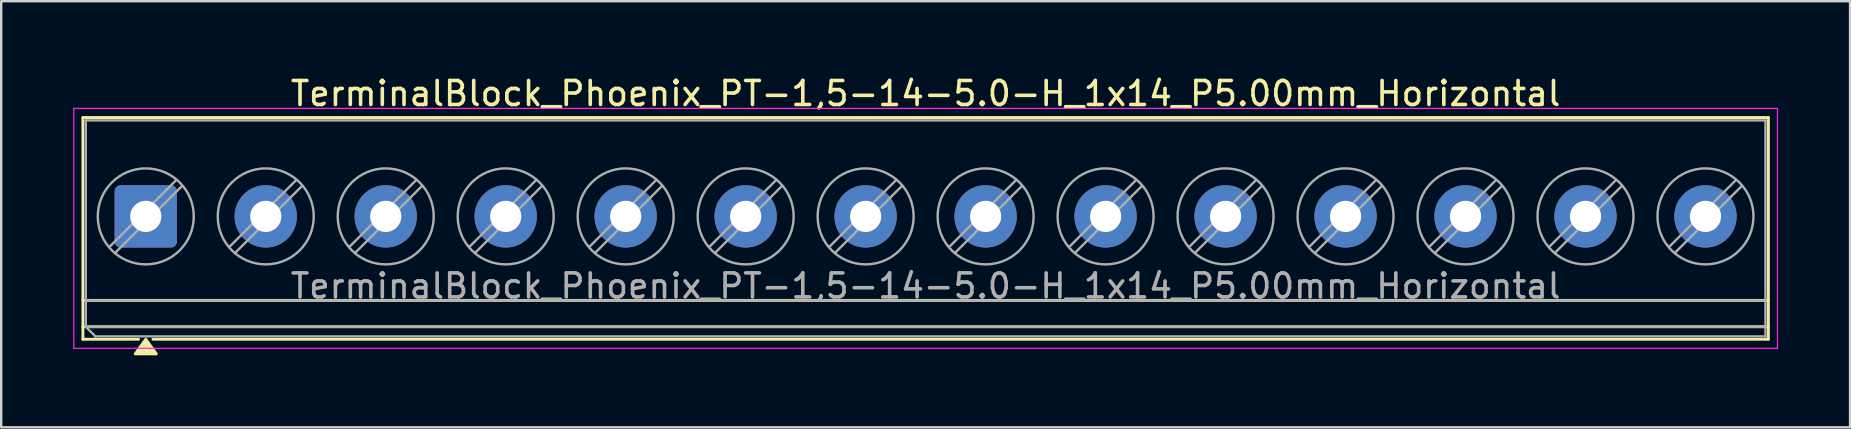
<source format=kicad_pcb>
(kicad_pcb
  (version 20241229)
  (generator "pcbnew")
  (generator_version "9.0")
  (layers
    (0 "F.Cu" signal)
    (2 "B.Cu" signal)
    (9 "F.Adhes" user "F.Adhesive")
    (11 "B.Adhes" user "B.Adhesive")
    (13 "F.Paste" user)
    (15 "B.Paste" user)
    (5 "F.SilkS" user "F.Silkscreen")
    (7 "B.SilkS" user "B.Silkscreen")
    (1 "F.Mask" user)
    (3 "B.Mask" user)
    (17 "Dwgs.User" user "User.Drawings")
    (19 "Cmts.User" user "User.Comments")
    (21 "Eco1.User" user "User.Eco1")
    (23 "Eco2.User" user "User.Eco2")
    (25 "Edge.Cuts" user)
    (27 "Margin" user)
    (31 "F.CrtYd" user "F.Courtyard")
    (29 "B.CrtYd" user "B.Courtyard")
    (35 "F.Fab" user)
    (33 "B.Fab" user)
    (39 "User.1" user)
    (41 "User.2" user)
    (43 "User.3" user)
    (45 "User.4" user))
  (footprint "TerminalBlock_Phoenix_PT-1,5-14-5.0-H_1x14_P5.00mm_Horizontal"
    (layer "F.Cu")
    (at 3.025 5.968)
    (property "Reference" "TerminalBlock_Phoenix_PT-1,5-14-5.0-H_1x14_P5.00mm_Horizontal" (at 32.5 -5.12 0) (layer "F.SilkS") (effects (font (size 1 1) (thickness 0.15))))
    (attr through_hole)
    (fp_line (start -2.62 -4.12) (end -2.62 5.12) (stroke (width 0.12) (type solid)) (layer "F.SilkS"))
    (fp_line (start -2.62 -4.12) (end 67.62 -4.12) (stroke (width 0.12) (type solid)) (layer "F.SilkS"))
    (fp_line (start -2.62 3.5) (end 67.62 3.5) (stroke (width 0.12) (type solid)) (layer "F.SilkS"))
    (fp_line (start -2.62 4.6) (end 67.62 4.6) (stroke (width 0.12) (type solid)) (layer "F.SilkS"))
    (fp_line (start -2.62 5.12) (end -0.3 5.12) (stroke (width 0.12) (type solid)) (layer "F.SilkS"))
    (fp_line (start 0.3 5.12) (end 67.62 5.12) (stroke (width 0.12) (type solid)) (layer "F.SilkS"))
    (fp_line (start 67.62 -4.12) (end 67.62 5.12) (stroke (width 0.12) (type solid)) (layer "F.SilkS"))
    (fp_poly (pts (xy 0 5.12) (xy 0.44 5.73) (xy -0.44 5.73)) (stroke (width 0.12) (type solid)) (fill yes) (layer "F.SilkS"))
    (fp_line (start -3 -4.5) (end -3 5.5) (stroke (width 0.05) (type solid)) (layer "F.CrtYd"))
    (fp_line (start -3 5.5) (end 68 5.5) (stroke (width 0.05) (type solid)) (layer "F.CrtYd"))
    (fp_line (start 68 -4.5) (end -3 -4.5) (stroke (width 0.05) (type solid)) (layer "F.CrtYd"))
    (fp_line (start 68 5.5) (end 68 -4.5) (stroke (width 0.05) (type solid)) (layer "F.CrtYd"))
    (fp_line (start -2.5 -4) (end 67.5 -4) (stroke (width 0.1) (type solid)) (layer "F.Fab"))
    (fp_line (start -2.5 3.5) (end 67.5 3.5) (stroke (width 0.1) (type solid)) (layer "F.Fab"))
    (fp_line (start -2.5 4.6) (end -2.5 -4) (stroke (width 0.1) (type solid)) (layer "F.Fab"))
    (fp_line (start -2.5 4.6) (end 67.5 4.6) (stroke (width 0.1) (type solid)) (layer "F.Fab"))
    (fp_line (start -2.1 5) (end -2.5 4.6) (stroke (width 0.1) (type solid)) (layer "F.Fab"))
    (fp_line (start 1.273 -1.517) (end -1.517 1.273) (stroke (width 0.1) (type solid)) (layer "F.Fab"))
    (fp_line (start 1.517 -1.273) (end -1.273 1.517) (stroke (width 0.1) (type solid)) (layer "F.Fab"))
    (fp_line (start 6.273 -1.517) (end 3.483 1.273) (stroke (width 0.1) (type solid)) (layer "F.Fab"))
    (fp_line (start 6.517 -1.273) (end 3.727 1.517) (stroke (width 0.1) (type solid)) (layer "F.Fab"))
    (fp_line (start 11.273 -1.517) (end 8.483 1.273) (stroke (width 0.1) (type solid)) (layer "F.Fab"))
    (fp_line (start 11.517 -1.273) (end 8.727 1.517) (stroke (width 0.1) (type solid)) (layer "F.Fab"))
    (fp_line (start 16.273 -1.517) (end 13.483 1.273) (stroke (width 0.1) (type solid)) (layer "F.Fab"))
    (fp_line (start 16.517 -1.273) (end 13.727 1.517) (stroke (width 0.1) (type solid)) (layer "F.Fab"))
    (fp_line (start 21.273 -1.517) (end 18.483 1.273) (stroke (width 0.1) (type solid)) (layer "F.Fab"))
    (fp_line (start 21.517 -1.273) (end 18.727 1.517) (stroke (width 0.1) (type solid)) (layer "F.Fab"))
    (fp_line (start 26.273 -1.517) (end 23.483 1.273) (stroke (width 0.1) (type solid)) (layer "F.Fab"))
    (fp_line (start 26.517 -1.273) (end 23.727 1.517) (stroke (width 0.1) (type solid)) (layer "F.Fab"))
    (fp_line (start 31.273 -1.517) (end 28.483 1.273) (stroke (width 0.1) (type solid)) (layer "F.Fab"))
    (fp_line (start 31.517 -1.273) (end 28.727 1.517) (stroke (width 0.1) (type solid)) (layer "F.Fab"))
    (fp_line (start 36.273 -1.517) (end 33.483 1.273) (stroke (width 0.1) (type solid)) (layer "F.Fab"))
    (fp_line (start 36.517 -1.273) (end 33.727 1.517) (stroke (width 0.1) (type solid)) (layer "F.Fab"))
    (fp_line (start 41.273 -1.517) (end 38.483 1.273) (stroke (width 0.1) (type solid)) (layer "F.Fab"))
    (fp_line (start 41.517 -1.273) (end 38.727 1.517) (stroke (width 0.1) (type solid)) (layer "F.Fab"))
    (fp_line (start 46.273 -1.517) (end 43.483 1.273) (stroke (width 0.1) (type solid)) (layer "F.Fab"))
    (fp_line (start 46.517 -1.273) (end 43.727 1.517) (stroke (width 0.1) (type solid)) (layer "F.Fab"))
    (fp_line (start 51.273 -1.517) (end 48.483 1.273) (stroke (width 0.1) (type solid)) (layer "F.Fab"))
    (fp_line (start 51.517 -1.273) (end 48.727 1.517) (stroke (width 0.1) (type solid)) (layer "F.Fab"))
    (fp_line (start 56.273 -1.517) (end 53.483 1.273) (stroke (width 0.1) (type solid)) (layer "F.Fab"))
    (fp_line (start 56.517 -1.273) (end 53.727 1.517) (stroke (width 0.1) (type solid)) (layer "F.Fab"))
    (fp_line (start 61.273 -1.517) (end 58.483 1.273) (stroke (width 0.1) (type solid)) (layer "F.Fab"))
    (fp_line (start 61.517 -1.273) (end 58.727 1.517) (stroke (width 0.1) (type solid)) (layer "F.Fab"))
    (fp_line (start 66.273 -1.517) (end 63.483 1.273) (stroke (width 0.1) (type solid)) (layer "F.Fab"))
    (fp_line (start 66.517 -1.273) (end 63.727 1.517) (stroke (width 0.1) (type solid)) (layer "F.Fab"))
    (fp_line (start 67.5 -4) (end 67.5 5) (stroke (width 0.1) (type solid)) (layer "F.Fab"))
    (fp_line (start 67.5 5) (end -2.1 5) (stroke (width 0.1) (type solid)) (layer "F.Fab"))
    (fp_circle (center 0 0) (end 2 0) (stroke (width 0.1) (type solid)) (fill no) (layer "F.Fab"))
    (fp_circle (center 5 0) (end 7 0) (stroke (width 0.1) (type solid)) (fill no) (layer "F.Fab"))
    (fp_circle (center 10 0) (end 12 0) (stroke (width 0.1) (type solid)) (fill no) (layer "F.Fab"))
    (fp_circle (center 15 0) (end 17 0) (stroke (width 0.1) (type solid)) (fill no) (layer "F.Fab"))
    (fp_circle (center 20 0) (end 22 0) (stroke (width 0.1) (type solid)) (fill no) (layer "F.Fab"))
    (fp_circle (center 25 0) (end 27 0) (stroke (width 0.1) (type solid)) (fill no) (layer "F.Fab"))
    (fp_circle (center 30 0) (end 32 0) (stroke (width 0.1) (type solid)) (fill no) (layer "F.Fab"))
    (fp_circle (center 35 0) (end 37 0) (stroke (width 0.1) (type solid)) (fill no) (layer "F.Fab"))
    (fp_circle (center 40 0) (end 42 0) (stroke (width 0.1) (type solid)) (fill no) (layer "F.Fab"))
    (fp_circle (center 45 0) (end 47 0) (stroke (width 0.1) (type solid)) (fill no) (layer "F.Fab"))
    (fp_circle (center 50 0) (end 52 0) (stroke (width 0.1) (type solid)) (fill no) (layer "F.Fab"))
    (fp_circle (center 55 0) (end 57 0) (stroke (width 0.1) (type solid)) (fill no) (layer "F.Fab"))
    (fp_circle (center 60 0) (end 62 0) (stroke (width 0.1) (type solid)) (fill no) (layer "F.Fab"))
    (fp_circle (center 65 0) (end 67 0) (stroke (width 0.1) (type solid)) (fill no) (layer "F.Fab"))
    (fp_text user "${REFERENCE}" (at 32.5 2.9 0) (layer "F.Fab") (effects (font (size 1 1) (thickness 0.15))))
    (pad "1" thru_hole roundrect (at 0 0) (size 2.6 2.6) (drill 1.3) (layers "*.Cu" "*.Mask") (roundrect_rratio 0.096))
    (pad "2" thru_hole circle (at 5 0) (size 2.6 2.6) (drill 1.3) (layers "*.Cu" "*.Mask"))
    (pad "3" thru_hole circle (at 10 0) (size 2.6 2.6) (drill 1.3) (layers "*.Cu" "*.Mask"))
    (pad "4" thru_hole circle (at 15 0) (size 2.6 2.6) (drill 1.3) (layers "*.Cu" "*.Mask"))
    (pad "5" thru_hole circle (at 20 0) (size 2.6 2.6) (drill 1.3) (layers "*.Cu" "*.Mask"))
    (pad "6" thru_hole circle (at 25 0) (size 2.6 2.6) (drill 1.3) (layers "*.Cu" "*.Mask"))
    (pad "7" thru_hole circle (at 30 0) (size 2.6 2.6) (drill 1.3) (layers "*.Cu" "*.Mask"))
    (pad "8" thru_hole circle (at 35 0) (size 2.6 2.6) (drill 1.3) (layers "*.Cu" "*.Mask"))
    (pad "9" thru_hole circle (at 40 0) (size 2.6 2.6) (drill 1.3) (layers "*.Cu" "*.Mask"))
    (pad "10" thru_hole circle (at 45 0) (size 2.6 2.6) (drill 1.3) (layers "*.Cu" "*.Mask"))
    (pad "11" thru_hole circle (at 50 0) (size 2.6 2.6) (drill 1.3) (layers "*.Cu" "*.Mask"))
    (pad "12" thru_hole circle (at 55 0) (size 2.6 2.6) (drill 1.3) (layers "*.Cu" "*.Mask"))
    (pad "13" thru_hole circle (at 60 0) (size 2.6 2.6) (drill 1.3) (layers "*.Cu" "*.Mask"))
    (pad "14" thru_hole circle (at 65 0) (size 2.6 2.6) (drill 1.3) (layers "*.Cu" "*.Mask")))
  (gr_rect
    (start -3 -3)
    (end 74.05 14.758)
    (stroke (width 0.1) (type default))
    (fill no)
    (layer "Edge.Cuts")))
</source>
